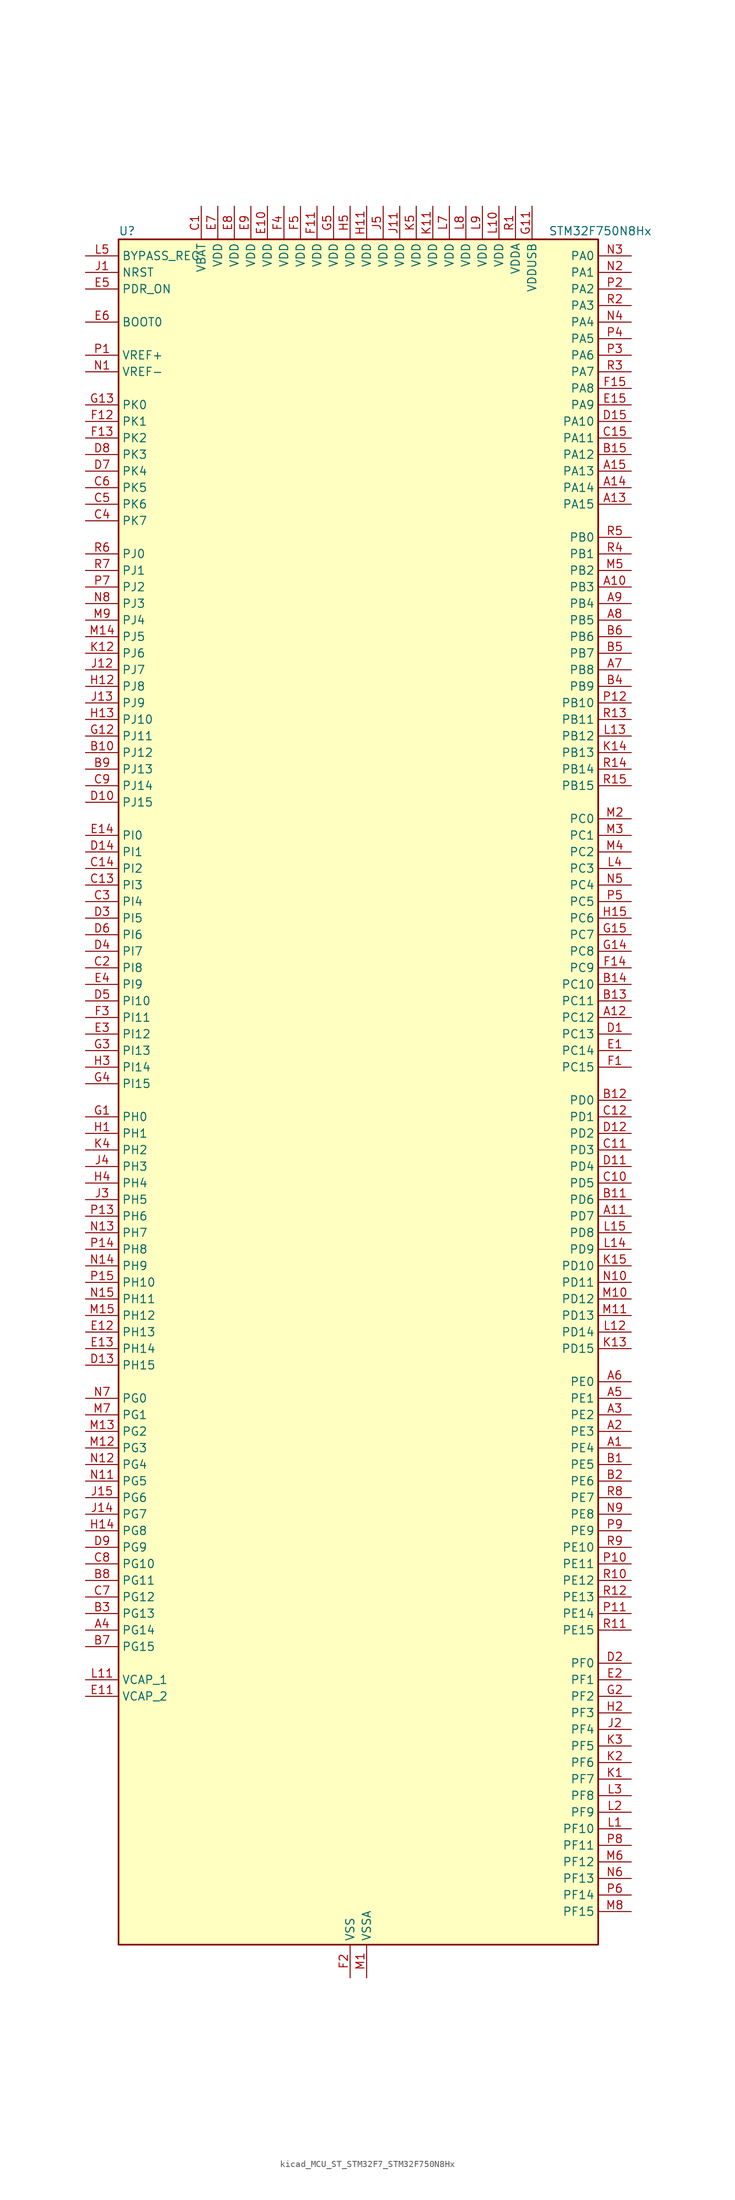
<source format=kicad_sym>
(kicad_symbol_lib
  (version 20220914)
  (generator kicad_symbol_editor)
  (symbol "kicad_MCU_ST_STM32F7_STM32F750N8Hx"
    (property "Reference" "U"
      (at -35.56 133.35 0)
      (effects (font (size 1.27 1.27)) (justify left)))
    (property "Value" "STM32F750N8Hx"
      (at 30.48 133.35 0)
      (effects (font (size 1.27 1.27)) (justify left)))
    (property "ki_locked" ""
      (at 0 0 0)
      (effects (font (size 1.27 1.27))))
    (symbol "kicad_MCU_ST_STM32F7_STM32F750N8Hx_0_1"
      (rectangle (start -35.56 -129.54) (end 38.1 132.08) (stroke (width 0.254) (type default)) (fill (type background))))
    (symbol "kicad_MCU_ST_STM32F7_STM32F750N8Hx_1_1"
      (pin bidirectional line (at 43.18 -53.34 180) (length 5.08) (name "PE4" (effects (font (size 1.27 1.27)))) (number "A1" (effects (font (size 1.27 1.27)))) (alternate "DCMI_D4" bidirectional line) (alternate "FMC_A20" bidirectional line) (alternate "LTDC_B0" bidirectional line) (alternate "SAI1_FS_A" bidirectional line) (alternate "SPI4_NSS" bidirectional line) (alternate "SYS_TRACED1" bidirectional line))
      (pin bidirectional line (at 43.18 78.74 180) (length 5.08) (name "PB3" (effects (font (size 1.27 1.27)))) (number "A10" (effects (font (size 1.27 1.27)))) (alternate "I2S1_CK" bidirectional line) (alternate "I2S3_CK" bidirectional line) (alternate "SPI1_SCK" bidirectional line) (alternate "SPI3_SCK" bidirectional line) (alternate "SYS_JTDO-SWO" bidirectional line) (alternate "TIM2_CH2" bidirectional line))
      (pin bidirectional line (at 43.18 -17.78 180) (length 5.08) (name "PD7" (effects (font (size 1.27 1.27)))) (number "A11" (effects (font (size 1.27 1.27)))) (alternate "FMC_NE1" bidirectional line) (alternate "SPDIFRX_IN0" bidirectional line) (alternate "USART2_CK" bidirectional line))
      (pin bidirectional line (at 43.18 12.7 180) (length 5.08) (name "PC12" (effects (font (size 1.27 1.27)))) (number "A12" (effects (font (size 1.27 1.27)))) (alternate "DCMI_D9" bidirectional line) (alternate "I2S3_SD" bidirectional line) (alternate "SDMMC1_CK" bidirectional line) (alternate "SPI3_MOSI" bidirectional line) (alternate "SYS_TRACED3" bidirectional line) (alternate "UART5_TX" bidirectional line) (alternate "USART3_CK" bidirectional line))
      (pin bidirectional line (at 43.18 91.44 180) (length 5.08) (name "PA15" (effects (font (size 1.27 1.27)))) (number "A13" (effects (font (size 1.27 1.27)))) (alternate "CEC" bidirectional line) (alternate "I2S1_WS" bidirectional line) (alternate "I2S3_WS" bidirectional line) (alternate "SPI1_NSS" bidirectional line) (alternate "SPI3_NSS" bidirectional line) (alternate "SYS_JTDI" bidirectional line) (alternate "TIM2_CH1" bidirectional line) (alternate "TIM2_ETR" bidirectional line) (alternate "UART4_DE" bidirectional line) (alternate "UART4_RTS" bidirectional line))
      (pin bidirectional line (at 43.18 93.98 180) (length 5.08) (name "PA14" (effects (font (size 1.27 1.27)))) (number "A14" (effects (font (size 1.27 1.27)))) (alternate "SYS_JTCK-SWCLK" bidirectional line))
      (pin bidirectional line (at 43.18 96.52 180) (length 5.08) (name "PA13" (effects (font (size 1.27 1.27)))) (number "A15" (effects (font (size 1.27 1.27)))) (alternate "SYS_JTMS-SWDIO" bidirectional line))
      (pin bidirectional line (at 43.18 -50.8 180) (length 5.08) (name "PE3" (effects (font (size 1.27 1.27)))) (number "A2" (effects (font (size 1.27 1.27)))) (alternate "FMC_A19" bidirectional line) (alternate "SAI1_SD_B" bidirectional line) (alternate "SYS_TRACED0" bidirectional line))
      (pin bidirectional line (at 43.18 -48.26 180) (length 5.08) (name "PE2" (effects (font (size 1.27 1.27)))) (number "A3" (effects (font (size 1.27 1.27)))) (alternate "ETH_TXD3" bidirectional line) (alternate "FMC_A23" bidirectional line) (alternate "QUADSPI_BK1_IO2" bidirectional line) (alternate "SAI1_MCLK_A" bidirectional line) (alternate "SPI4_SCK" bidirectional line) (alternate "SYS_TRACECLK" bidirectional line))
      (pin bidirectional line (at -40.64 -81.28 0) (length 5.08) (name "PG14" (effects (font (size 1.27 1.27)))) (number "A4" (effects (font (size 1.27 1.27)))) (alternate "ETH_TXD1" bidirectional line) (alternate "FMC_A25" bidirectional line) (alternate "LPTIM1_ETR" bidirectional line) (alternate "LTDC_B0" bidirectional line) (alternate "QUADSPI_BK2_IO3" bidirectional line) (alternate "SPI6_MOSI" bidirectional line) (alternate "SYS_TRACED1" bidirectional line) (alternate "USART6_TX" bidirectional line))
      (pin bidirectional line (at 43.18 -45.72 180) (length 5.08) (name "PE1" (effects (font (size 1.27 1.27)))) (number "A5" (effects (font (size 1.27 1.27)))) (alternate "DCMI_D3" bidirectional line) (alternate "FMC_NBL1" bidirectional line) (alternate "LPTIM1_IN2" bidirectional line) (alternate "UART8_TX" bidirectional line))
      (pin bidirectional line (at 43.18 -43.18 180) (length 5.08) (name "PE0" (effects (font (size 1.27 1.27)))) (number "A6" (effects (font (size 1.27 1.27)))) (alternate "DCMI_D2" bidirectional line) (alternate "FMC_NBL0" bidirectional line) (alternate "LPTIM1_ETR" bidirectional line) (alternate "SAI2_MCLK_A" bidirectional line) (alternate "TIM4_ETR" bidirectional line) (alternate "UART8_RX" bidirectional line))
      (pin bidirectional line (at 43.18 66.04 180) (length 5.08) (name "PB8" (effects (font (size 1.27 1.27)))) (number "A7" (effects (font (size 1.27 1.27)))) (alternate "CAN1_RX" bidirectional line) (alternate "DCMI_D6" bidirectional line) (alternate "ETH_TXD3" bidirectional line) (alternate "I2C1_SCL" bidirectional line) (alternate "LTDC_B6" bidirectional line) (alternate "SDMMC1_D4" bidirectional line) (alternate "TIM10_CH1" bidirectional line) (alternate "TIM4_CH3" bidirectional line))
      (pin bidirectional line (at 43.18 73.66 180) (length 5.08) (name "PB5" (effects (font (size 1.27 1.27)))) (number "A8" (effects (font (size 1.27 1.27)))) (alternate "CAN2_RX" bidirectional line) (alternate "DCMI_D10" bidirectional line) (alternate "ETH_PPS_OUT" bidirectional line) (alternate "FMC_SDCKE1" bidirectional line) (alternate "I2C1_SMBA" bidirectional line) (alternate "I2S1_SD" bidirectional line) (alternate "I2S3_SD" bidirectional line) (alternate "SPI1_MOSI" bidirectional line) (alternate "SPI3_MOSI" bidirectional line) (alternate "TIM3_CH2" bidirectional line) (alternate "USB_OTG_HS_ULPI_D7" bidirectional line))
      (pin bidirectional line (at 43.18 76.2 180) (length 5.08) (name "PB4" (effects (font (size 1.27 1.27)))) (number "A9" (effects (font (size 1.27 1.27)))) (alternate "I2S2_WS" bidirectional line) (alternate "SPI1_MISO" bidirectional line) (alternate "SPI2_NSS" bidirectional line) (alternate "SPI3_MISO" bidirectional line) (alternate "SYS_JTRST" bidirectional line) (alternate "TIM3_CH1" bidirectional line))
      (pin bidirectional line (at 43.18 -55.88 180) (length 5.08) (name "PE5" (effects (font (size 1.27 1.27)))) (number "B1" (effects (font (size 1.27 1.27)))) (alternate "DCMI_D6" bidirectional line) (alternate "FMC_A21" bidirectional line) (alternate "LTDC_G0" bidirectional line) (alternate "SAI1_SCK_A" bidirectional line) (alternate "SPI4_MISO" bidirectional line) (alternate "SYS_TRACED2" bidirectional line) (alternate "TIM9_CH1" bidirectional line))
      (pin bidirectional line (at -40.64 53.34 0) (length 5.08) (name "PJ12" (effects (font (size 1.27 1.27)))) (number "B10" (effects (font (size 1.27 1.27)))) (alternate "LTDC_B0" bidirectional line))
      (pin bidirectional line (at 43.18 -15.24 180) (length 5.08) (name "PD6" (effects (font (size 1.27 1.27)))) (number "B11" (effects (font (size 1.27 1.27)))) (alternate "DCMI_D10" bidirectional line) (alternate "FMC_NWAIT" bidirectional line) (alternate "I2S3_SD" bidirectional line) (alternate "LTDC_B2" bidirectional line) (alternate "SAI1_SD_A" bidirectional line) (alternate "SPI3_MOSI" bidirectional line) (alternate "USART2_RX" bidirectional line))
      (pin bidirectional line (at 43.18 0 180) (length 5.08) (name "PD0" (effects (font (size 1.27 1.27)))) (number "B12" (effects (font (size 1.27 1.27)))) (alternate "CAN1_RX" bidirectional line) (alternate "FMC_D2" bidirectional line) (alternate "FMC_DA2" bidirectional line))
      (pin bidirectional line (at 43.18 15.24 180) (length 5.08) (name "PC11" (effects (font (size 1.27 1.27)))) (number "B13" (effects (font (size 1.27 1.27)))) (alternate "ADC1_EXTI11" bidirectional line) (alternate "ADC2_EXTI11" bidirectional line) (alternate "ADC3_EXTI11" bidirectional line) (alternate "DCMI_D4" bidirectional line) (alternate "QUADSPI_BK2_NCS" bidirectional line) (alternate "SDMMC1_D3" bidirectional line) (alternate "SPI3_MISO" bidirectional line) (alternate "UART4_RX" bidirectional line) (alternate "USART3_RX" bidirectional line))
      (pin bidirectional line (at 43.18 17.78 180) (length 5.08) (name "PC10" (effects (font (size 1.27 1.27)))) (number "B14" (effects (font (size 1.27 1.27)))) (alternate "DCMI_D8" bidirectional line) (alternate "I2S3_CK" bidirectional line) (alternate "LTDC_R2" bidirectional line) (alternate "QUADSPI_BK1_IO1" bidirectional line) (alternate "SDMMC1_D2" bidirectional line) (alternate "SPI3_SCK" bidirectional line) (alternate "UART4_TX" bidirectional line) (alternate "USART3_TX" bidirectional line))
      (pin bidirectional line (at 43.18 99.06 180) (length 5.08) (name "PA12" (effects (font (size 1.27 1.27)))) (number "B15" (effects (font (size 1.27 1.27)))) (alternate "CAN1_TX" bidirectional line) (alternate "LTDC_R5" bidirectional line) (alternate "SAI2_FS_B" bidirectional line) (alternate "TIM1_ETR" bidirectional line) (alternate "USART1_DE" bidirectional line) (alternate "USART1_RTS" bidirectional line) (alternate "USB_OTG_FS_DP" bidirectional line))
      (pin bidirectional line (at 43.18 -58.42 180) (length 5.08) (name "PE6" (effects (font (size 1.27 1.27)))) (number "B2" (effects (font (size 1.27 1.27)))) (alternate "DCMI_D7" bidirectional line) (alternate "FMC_A22" bidirectional line) (alternate "LTDC_G1" bidirectional line) (alternate "SAI1_SD_A" bidirectional line) (alternate "SAI2_MCLK_B" bidirectional line) (alternate "SPI4_MOSI" bidirectional line) (alternate "SYS_TRACED3" bidirectional line) (alternate "TIM1_BKIN2" bidirectional line) (alternate "TIM9_CH2" bidirectional line))
      (pin bidirectional line (at -40.64 -78.74 0) (length 5.08) (name "PG13" (effects (font (size 1.27 1.27)))) (number "B3" (effects (font (size 1.27 1.27)))) (alternate "ETH_TXD0" bidirectional line) (alternate "FMC_A24" bidirectional line) (alternate "LPTIM1_OUT" bidirectional line) (alternate "LTDC_R0" bidirectional line) (alternate "SPI6_SCK" bidirectional line) (alternate "SYS_TRACED0" bidirectional line) (alternate "USART6_CTS" bidirectional line))
      (pin bidirectional line (at 43.18 63.5 180) (length 5.08) (name "PB9" (effects (font (size 1.27 1.27)))) (number "B4" (effects (font (size 1.27 1.27)))) (alternate "CAN1_TX" bidirectional line) (alternate "DAC_EXTI9" bidirectional line) (alternate "DCMI_D7" bidirectional line) (alternate "I2C1_SDA" bidirectional line) (alternate "I2S2_WS" bidirectional line) (alternate "LTDC_B7" bidirectional line) (alternate "SDMMC1_D5" bidirectional line) (alternate "SPI2_NSS" bidirectional line) (alternate "TIM11_CH1" bidirectional line) (alternate "TIM4_CH4" bidirectional line))
      (pin bidirectional line (at 43.18 68.58 180) (length 5.08) (name "PB7" (effects (font (size 1.27 1.27)))) (number "B5" (effects (font (size 1.27 1.27)))) (alternate "DCMI_VSYNC" bidirectional line) (alternate "FMC_NL" bidirectional line) (alternate "I2C1_SDA" bidirectional line) (alternate "TIM4_CH2" bidirectional line) (alternate "USART1_RX" bidirectional line))
      (pin bidirectional line (at 43.18 71.12 180) (length 5.08) (name "PB6" (effects (font (size 1.27 1.27)))) (number "B6" (effects (font (size 1.27 1.27)))) (alternate "CAN2_TX" bidirectional line) (alternate "CEC" bidirectional line) (alternate "DCMI_D5" bidirectional line) (alternate "FMC_SDNE1" bidirectional line) (alternate "I2C1_SCL" bidirectional line) (alternate "QUADSPI_BK1_NCS" bidirectional line) (alternate "TIM4_CH1" bidirectional line) (alternate "USART1_TX" bidirectional line))
      (pin bidirectional line (at -40.64 -83.82 0) (length 5.08) (name "PG15" (effects (font (size 1.27 1.27)))) (number "B7" (effects (font (size 1.27 1.27)))) (alternate "DCMI_D13" bidirectional line) (alternate "FMC_SDNCAS" bidirectional line) (alternate "USART6_CTS" bidirectional line))
      (pin bidirectional line (at -40.64 -73.66 0) (length 5.08) (name "PG11" (effects (font (size 1.27 1.27)))) (number "B8" (effects (font (size 1.27 1.27)))) (alternate "ADC1_EXTI11" bidirectional line) (alternate "ADC2_EXTI11" bidirectional line) (alternate "ADC3_EXTI11" bidirectional line) (alternate "DCMI_D3" bidirectional line) (alternate "ETH_TX_EN" bidirectional line) (alternate "LTDC_B3" bidirectional line) (alternate "SPDIFRX_IN0" bidirectional line))
      (pin bidirectional line (at -40.64 50.8 0) (length 5.08) (name "PJ13" (effects (font (size 1.27 1.27)))) (number "B9" (effects (font (size 1.27 1.27)))) (alternate "LTDC_B1" bidirectional line))
      (pin power_in line (at -22.86 137.16 270) (length 5.08) (name "VBAT" (effects (font (size 1.27 1.27)))) (number "C1" (effects (font (size 1.27 1.27)))))
      (pin bidirectional line (at 43.18 -12.7 180) (length 5.08) (name "PD5" (effects (font (size 1.27 1.27)))) (number "C10" (effects (font (size 1.27 1.27)))) (alternate "FMC_NWE" bidirectional line) (alternate "USART2_TX" bidirectional line))
      (pin bidirectional line (at 43.18 -7.62 180) (length 5.08) (name "PD3" (effects (font (size 1.27 1.27)))) (number "C11" (effects (font (size 1.27 1.27)))) (alternate "DCMI_D5" bidirectional line) (alternate "FMC_CLK" bidirectional line) (alternate "I2S2_CK" bidirectional line) (alternate "LTDC_G7" bidirectional line) (alternate "SPI2_SCK" bidirectional line) (alternate "USART2_CTS" bidirectional line))
      (pin bidirectional line (at 43.18 -2.54 180) (length 5.08) (name "PD1" (effects (font (size 1.27 1.27)))) (number "C12" (effects (font (size 1.27 1.27)))) (alternate "CAN1_TX" bidirectional line) (alternate "FMC_D3" bidirectional line) (alternate "FMC_DA3" bidirectional line))
      (pin bidirectional line (at -40.64 33.02 0) (length 5.08) (name "PI3" (effects (font (size 1.27 1.27)))) (number "C13" (effects (font (size 1.27 1.27)))) (alternate "DCMI_D10" bidirectional line) (alternate "FMC_D27" bidirectional line) (alternate "I2S2_SD" bidirectional line) (alternate "SPI2_MOSI" bidirectional line) (alternate "TIM8_ETR" bidirectional line))
      (pin bidirectional line (at -40.64 35.56 0) (length 5.08) (name "PI2" (effects (font (size 1.27 1.27)))) (number "C14" (effects (font (size 1.27 1.27)))) (alternate "DCMI_D9" bidirectional line) (alternate "FMC_D26" bidirectional line) (alternate "LTDC_G7" bidirectional line) (alternate "SPI2_MISO" bidirectional line) (alternate "TIM8_CH4" bidirectional line))
      (pin bidirectional line (at 43.18 101.6 180) (length 5.08) (name "PA11" (effects (font (size 1.27 1.27)))) (number "C15" (effects (font (size 1.27 1.27)))) (alternate "ADC1_EXTI11" bidirectional line) (alternate "ADC2_EXTI11" bidirectional line) (alternate "ADC3_EXTI11" bidirectional line) (alternate "CAN1_RX" bidirectional line) (alternate "LTDC_R4" bidirectional line) (alternate "TIM1_CH4" bidirectional line) (alternate "USART1_CTS" bidirectional line) (alternate "USB_OTG_FS_DM" bidirectional line))
      (pin bidirectional line (at -40.64 20.32 0) (length 5.08) (name "PI8" (effects (font (size 1.27 1.27)))) (number "C2" (effects (font (size 1.27 1.27)))) (alternate "RTC_TAMP2" bidirectional line) (alternate "RTC_TS" bidirectional line) (alternate "SYS_WKUP5" bidirectional line))
      (pin bidirectional line (at -40.64 30.48 0) (length 5.08) (name "PI4" (effects (font (size 1.27 1.27)))) (number "C3" (effects (font (size 1.27 1.27)))) (alternate "DCMI_D5" bidirectional line) (alternate "FMC_NBL2" bidirectional line) (alternate "LTDC_B4" bidirectional line) (alternate "SAI2_MCLK_A" bidirectional line) (alternate "TIM8_BKIN" bidirectional line))
      (pin bidirectional line (at -40.64 88.9 0) (length 5.08) (name "PK7" (effects (font (size 1.27 1.27)))) (number "C4" (effects (font (size 1.27 1.27)))) (alternate "LTDC_DE" bidirectional line))
      (pin bidirectional line (at -40.64 91.44 0) (length 5.08) (name "PK6" (effects (font (size 1.27 1.27)))) (number "C5" (effects (font (size 1.27 1.27)))) (alternate "LTDC_B7" bidirectional line))
      (pin bidirectional line (at -40.64 93.98 0) (length 5.08) (name "PK5" (effects (font (size 1.27 1.27)))) (number "C6" (effects (font (size 1.27 1.27)))) (alternate "LTDC_B6" bidirectional line))
      (pin bidirectional line (at -40.64 -76.2 0) (length 5.08) (name "PG12" (effects (font (size 1.27 1.27)))) (number "C7" (effects (font (size 1.27 1.27)))) (alternate "FMC_NE4" bidirectional line) (alternate "LPTIM1_IN1" bidirectional line) (alternate "LTDC_B1" bidirectional line) (alternate "LTDC_B4" bidirectional line) (alternate "SPDIFRX_IN1" bidirectional line) (alternate "SPI6_MISO" bidirectional line) (alternate "USART6_DE" bidirectional line) (alternate "USART6_RTS" bidirectional line))
      (pin bidirectional line (at -40.64 -71.12 0) (length 5.08) (name "PG10" (effects (font (size 1.27 1.27)))) (number "C8" (effects (font (size 1.27 1.27)))) (alternate "DCMI_D2" bidirectional line) (alternate "FMC_NE3" bidirectional line) (alternate "LTDC_B2" bidirectional line) (alternate "LTDC_G3" bidirectional line) (alternate "SAI2_SD_B" bidirectional line))
      (pin bidirectional line (at -40.64 48.26 0) (length 5.08) (name "PJ14" (effects (font (size 1.27 1.27)))) (number "C9" (effects (font (size 1.27 1.27)))) (alternate "LTDC_B2" bidirectional line))
      (pin bidirectional line (at 43.18 10.16 180) (length 5.08) (name "PC13" (effects (font (size 1.27 1.27)))) (number "D1" (effects (font (size 1.27 1.27)))) (alternate "RTC_OUT" bidirectional line) (alternate "RTC_TAMP1" bidirectional line) (alternate "RTC_TS" bidirectional line) (alternate "SYS_WKUP4" bidirectional line))
      (pin bidirectional line (at -40.64 45.72 0) (length 5.08) (name "PJ15" (effects (font (size 1.27 1.27)))) (number "D10" (effects (font (size 1.27 1.27)))) (alternate "LTDC_B3" bidirectional line))
      (pin bidirectional line (at 43.18 -10.16 180) (length 5.08) (name "PD4" (effects (font (size 1.27 1.27)))) (number "D11" (effects (font (size 1.27 1.27)))) (alternate "FMC_NOE" bidirectional line) (alternate "USART2_DE" bidirectional line) (alternate "USART2_RTS" bidirectional line))
      (pin bidirectional line (at 43.18 -5.08 180) (length 5.08) (name "PD2" (effects (font (size 1.27 1.27)))) (number "D12" (effects (font (size 1.27 1.27)))) (alternate "DCMI_D11" bidirectional line) (alternate "SDMMC1_CMD" bidirectional line) (alternate "SYS_TRACED2" bidirectional line) (alternate "TIM3_ETR" bidirectional line) (alternate "UART5_RX" bidirectional line))
      (pin bidirectional line (at -40.64 -40.64 0) (length 5.08) (name "PH15" (effects (font (size 1.27 1.27)))) (number "D13" (effects (font (size 1.27 1.27)))) (alternate "DCMI_D11" bidirectional line) (alternate "FMC_D23" bidirectional line) (alternate "LTDC_G4" bidirectional line) (alternate "TIM8_CH3N" bidirectional line))
      (pin bidirectional line (at -40.64 38.1 0) (length 5.08) (name "PI1" (effects (font (size 1.27 1.27)))) (number "D14" (effects (font (size 1.27 1.27)))) (alternate "DCMI_D8" bidirectional line) (alternate "FMC_D25" bidirectional line) (alternate "I2S2_CK" bidirectional line) (alternate "LTDC_G6" bidirectional line) (alternate "SPI2_SCK" bidirectional line) (alternate "TIM8_BKIN2" bidirectional line))
      (pin bidirectional line (at 43.18 104.14 180) (length 5.08) (name "PA10" (effects (font (size 1.27 1.27)))) (number "D15" (effects (font (size 1.27 1.27)))) (alternate "DCMI_D1" bidirectional line) (alternate "TIM1_CH3" bidirectional line) (alternate "USART1_RX" bidirectional line) (alternate "USB_OTG_FS_ID" bidirectional line))
      (pin bidirectional line (at 43.18 -86.36 180) (length 5.08) (name "PF0" (effects (font (size 1.27 1.27)))) (number "D2" (effects (font (size 1.27 1.27)))) (alternate "FMC_A0" bidirectional line) (alternate "I2C2_SDA" bidirectional line))
      (pin bidirectional line (at -40.64 27.94 0) (length 5.08) (name "PI5" (effects (font (size 1.27 1.27)))) (number "D3" (effects (font (size 1.27 1.27)))) (alternate "DCMI_VSYNC" bidirectional line) (alternate "FMC_NBL3" bidirectional line) (alternate "LTDC_B5" bidirectional line) (alternate "SAI2_SCK_A" bidirectional line) (alternate "TIM8_CH1" bidirectional line))
      (pin bidirectional line (at -40.64 22.86 0) (length 5.08) (name "PI7" (effects (font (size 1.27 1.27)))) (number "D4" (effects (font (size 1.27 1.27)))) (alternate "DCMI_D7" bidirectional line) (alternate "FMC_D29" bidirectional line) (alternate "LTDC_B7" bidirectional line) (alternate "SAI2_FS_A" bidirectional line) (alternate "TIM8_CH3" bidirectional line))
      (pin bidirectional line (at -40.64 15.24 0) (length 5.08) (name "PI10" (effects (font (size 1.27 1.27)))) (number "D5" (effects (font (size 1.27 1.27)))) (alternate "ETH_RX_ER" bidirectional line) (alternate "FMC_D31" bidirectional line) (alternate "LTDC_HSYNC" bidirectional line))
      (pin bidirectional line (at -40.64 25.4 0) (length 5.08) (name "PI6" (effects (font (size 1.27 1.27)))) (number "D6" (effects (font (size 1.27 1.27)))) (alternate "DCMI_D6" bidirectional line) (alternate "FMC_D28" bidirectional line) (alternate "LTDC_B6" bidirectional line) (alternate "SAI2_SD_A" bidirectional line) (alternate "TIM8_CH2" bidirectional line))
      (pin bidirectional line (at -40.64 96.52 0) (length 5.08) (name "PK4" (effects (font (size 1.27 1.27)))) (number "D7" (effects (font (size 1.27 1.27)))) (alternate "LTDC_B5" bidirectional line))
      (pin bidirectional line (at -40.64 99.06 0) (length 5.08) (name "PK3" (effects (font (size 1.27 1.27)))) (number "D8" (effects (font (size 1.27 1.27)))) (alternate "LTDC_B4" bidirectional line))
      (pin bidirectional line (at -40.64 -68.58 0) (length 5.08) (name "PG9" (effects (font (size 1.27 1.27)))) (number "D9" (effects (font (size 1.27 1.27)))) (alternate "DAC_EXTI9" bidirectional line) (alternate "DCMI_VSYNC" bidirectional line) (alternate "FMC_NCE" bidirectional line) (alternate "FMC_NE2" bidirectional line) (alternate "QUADSPI_BK2_IO2" bidirectional line) (alternate "SAI2_FS_B" bidirectional line) (alternate "SPDIFRX_IN3" bidirectional line) (alternate "USART6_RX" bidirectional line))
      (pin bidirectional line (at 43.18 7.62 180) (length 5.08) (name "PC14" (effects (font (size 1.27 1.27)))) (number "E1" (effects (font (size 1.27 1.27)))) (alternate "RCC_OSC32_IN" bidirectional line))
      (pin power_in line (at -12.7 137.16 270) (length 5.08) (name "VDD" (effects (font (size 1.27 1.27)))) (number "E10" (effects (font (size 1.27 1.27)))))
      (pin power_out line (at -40.64 -91.44 0) (length 5.08) (name "VCAP_2" (effects (font (size 1.27 1.27)))) (number "E11" (effects (font (size 1.27 1.27)))))
      (pin bidirectional line (at -40.64 -35.56 0) (length 5.08) (name "PH13" (effects (font (size 1.27 1.27)))) (number "E12" (effects (font (size 1.27 1.27)))) (alternate "CAN1_TX" bidirectional line) (alternate "FMC_D21" bidirectional line) (alternate "LTDC_G2" bidirectional line) (alternate "TIM8_CH1N" bidirectional line))
      (pin bidirectional line (at -40.64 -38.1 0) (length 5.08) (name "PH14" (effects (font (size 1.27 1.27)))) (number "E13" (effects (font (size 1.27 1.27)))) (alternate "DCMI_D4" bidirectional line) (alternate "FMC_D22" bidirectional line) (alternate "LTDC_G3" bidirectional line) (alternate "TIM8_CH2N" bidirectional line))
      (pin bidirectional line (at -40.64 40.64 0) (length 5.08) (name "PI0" (effects (font (size 1.27 1.27)))) (number "E14" (effects (font (size 1.27 1.27)))) (alternate "DCMI_D13" bidirectional line) (alternate "FMC_D24" bidirectional line) (alternate "I2S2_WS" bidirectional line) (alternate "LTDC_G5" bidirectional line) (alternate "SPI2_NSS" bidirectional line) (alternate "TIM5_CH4" bidirectional line))
      (pin bidirectional line (at 43.18 106.68 180) (length 5.08) (name "PA9" (effects (font (size 1.27 1.27)))) (number "E15" (effects (font (size 1.27 1.27)))) (alternate "DAC_EXTI9" bidirectional line) (alternate "DCMI_D0" bidirectional line) (alternate "I2C3_SMBA" bidirectional line) (alternate "I2S2_CK" bidirectional line) (alternate "SPI2_SCK" bidirectional line) (alternate "TIM1_CH2" bidirectional line) (alternate "USART1_TX" bidirectional line) (alternate "USB_OTG_FS_VBUS" bidirectional line))
      (pin bidirectional line (at 43.18 -88.9 180) (length 5.08) (name "PF1" (effects (font (size 1.27 1.27)))) (number "E2" (effects (font (size 1.27 1.27)))) (alternate "FMC_A1" bidirectional line) (alternate "I2C2_SCL" bidirectional line))
      (pin bidirectional line (at -40.64 10.16 0) (length 5.08) (name "PI12" (effects (font (size 1.27 1.27)))) (number "E3" (effects (font (size 1.27 1.27)))) (alternate "LTDC_HSYNC" bidirectional line))
      (pin bidirectional line (at -40.64 17.78 0) (length 5.08) (name "PI9" (effects (font (size 1.27 1.27)))) (number "E4" (effects (font (size 1.27 1.27)))) (alternate "CAN1_RX" bidirectional line) (alternate "DAC_EXTI9" bidirectional line) (alternate "FMC_D30" bidirectional line) (alternate "LTDC_VSYNC" bidirectional line))
      (pin input line (at -40.64 124.46 0) (length 5.08) (name "PDR_ON" (effects (font (size 1.27 1.27)))) (number "E5" (effects (font (size 1.27 1.27)))))
      (pin input line (at -40.64 119.38 0) (length 5.08) (name "BOOT0" (effects (font (size 1.27 1.27)))) (number "E6" (effects (font (size 1.27 1.27)))))
      (pin power_in line (at -20.32 137.16 270) (length 5.08) (name "VDD" (effects (font (size 1.27 1.27)))) (number "E7" (effects (font (size 1.27 1.27)))))
      (pin power_in line (at -17.78 137.16 270) (length 5.08) (name "VDD" (effects (font (size 1.27 1.27)))) (number "E8" (effects (font (size 1.27 1.27)))))
      (pin power_in line (at -15.24 137.16 270) (length 5.08) (name "VDD" (effects (font (size 1.27 1.27)))) (number "E9" (effects (font (size 1.27 1.27)))))
      (pin bidirectional line (at 43.18 5.08 180) (length 5.08) (name "PC15" (effects (font (size 1.27 1.27)))) (number "F1" (effects (font (size 1.27 1.27)))) (alternate "RCC_OSC32_OUT" bidirectional line))
      (pin passive line (at 0 -134.62 90) (length 5.08) hide (name "VSS" (effects (font (size 1.27 1.27)))) (number "F10" (effects (font (size 1.27 1.27)))))
      (pin power_in line (at -5.08 137.16 270) (length 5.08) (name "VDD" (effects (font (size 1.27 1.27)))) (number "F11" (effects (font (size 1.27 1.27)))))
      (pin bidirectional line (at -40.64 104.14 0) (length 5.08) (name "PK1" (effects (font (size 1.27 1.27)))) (number "F12" (effects (font (size 1.27 1.27)))) (alternate "LTDC_G6" bidirectional line))
      (pin bidirectional line (at -40.64 101.6 0) (length 5.08) (name "PK2" (effects (font (size 1.27 1.27)))) (number "F13" (effects (font (size 1.27 1.27)))) (alternate "LTDC_G7" bidirectional line))
      (pin bidirectional line (at 43.18 20.32 180) (length 5.08) (name "PC9" (effects (font (size 1.27 1.27)))) (number "F14" (effects (font (size 1.27 1.27)))) (alternate "DAC_EXTI9" bidirectional line) (alternate "DCMI_D3" bidirectional line) (alternate "I2C3_SDA" bidirectional line) (alternate "I2S_CKIN" bidirectional line) (alternate "QUADSPI_BK1_IO0" bidirectional line) (alternate "RCC_MCO_2" bidirectional line) (alternate "SDMMC1_D1" bidirectional line) (alternate "TIM3_CH4" bidirectional line) (alternate "TIM8_CH4" bidirectional line) (alternate "UART5_CTS" bidirectional line))
      (pin bidirectional line (at 43.18 109.22 180) (length 5.08) (name "PA8" (effects (font (size 1.27 1.27)))) (number "F15" (effects (font (size 1.27 1.27)))) (alternate "I2C3_SCL" bidirectional line) (alternate "LTDC_R6" bidirectional line) (alternate "RCC_MCO_1" bidirectional line) (alternate "TIM1_CH1" bidirectional line) (alternate "TIM8_BKIN2" bidirectional line) (alternate "USART1_CK" bidirectional line) (alternate "USB_OTG_FS_SOF" bidirectional line))
      (pin power_in line (at 0 -134.62 90) (length 5.08) (name "VSS" (effects (font (size 1.27 1.27)))) (number "F2" (effects (font (size 1.27 1.27)))))
      (pin bidirectional line (at -40.64 12.7 0) (length 5.08) (name "PI11" (effects (font (size 1.27 1.27)))) (number "F3" (effects (font (size 1.27 1.27)))) (alternate "ADC1_EXTI11" bidirectional line) (alternate "ADC2_EXTI11" bidirectional line) (alternate "ADC3_EXTI11" bidirectional line) (alternate "SYS_WKUP6" bidirectional line) (alternate "USB_OTG_HS_ULPI_DIR" bidirectional line))
      (pin power_in line (at -10.16 137.16 270) (length 5.08) (name "VDD" (effects (font (size 1.27 1.27)))) (number "F4" (effects (font (size 1.27 1.27)))))
      (pin power_in line (at -7.62 137.16 270) (length 5.08) (name "VDD" (effects (font (size 1.27 1.27)))) (number "F5" (effects (font (size 1.27 1.27)))))
      (pin passive line (at 0 -134.62 90) (length 5.08) hide (name "VSS" (effects (font (size 1.27 1.27)))) (number "F6" (effects (font (size 1.27 1.27)))))
      (pin passive line (at 0 -134.62 90) (length 5.08) hide (name "VSS" (effects (font (size 1.27 1.27)))) (number "F7" (effects (font (size 1.27 1.27)))))
      (pin passive line (at 0 -134.62 90) (length 5.08) hide (name "VSS" (effects (font (size 1.27 1.27)))) (number "F8" (effects (font (size 1.27 1.27)))))
      (pin passive line (at 0 -134.62 90) (length 5.08) hide (name "VSS" (effects (font (size 1.27 1.27)))) (number "F9" (effects (font (size 1.27 1.27)))))
      (pin bidirectional line (at -40.64 -2.54 0) (length 5.08) (name "PH0" (effects (font (size 1.27 1.27)))) (number "G1" (effects (font (size 1.27 1.27)))) (alternate "RCC_OSC_IN" bidirectional line))
      (pin passive line (at 0 -134.62 90) (length 5.08) hide (name "VSS" (effects (font (size 1.27 1.27)))) (number "G10" (effects (font (size 1.27 1.27)))))
      (pin power_in line (at 27.94 137.16 270) (length 5.08) (name "VDDUSB" (effects (font (size 1.27 1.27)))) (number "G11" (effects (font (size 1.27 1.27)))))
      (pin bidirectional line (at -40.64 55.88 0) (length 5.08) (name "PJ11" (effects (font (size 1.27 1.27)))) (number "G12" (effects (font (size 1.27 1.27)))) (alternate "ADC1_EXTI11" bidirectional line) (alternate "ADC2_EXTI11" bidirectional line) (alternate "ADC3_EXTI11" bidirectional line) (alternate "LTDC_G4" bidirectional line))
      (pin bidirectional line (at -40.64 106.68 0) (length 5.08) (name "PK0" (effects (font (size 1.27 1.27)))) (number "G13" (effects (font (size 1.27 1.27)))) (alternate "LTDC_G5" bidirectional line))
      (pin bidirectional line (at 43.18 22.86 180) (length 5.08) (name "PC8" (effects (font (size 1.27 1.27)))) (number "G14" (effects (font (size 1.27 1.27)))) (alternate "DCMI_D2" bidirectional line) (alternate "SDMMC1_D0" bidirectional line) (alternate "SYS_TRACED1" bidirectional line) (alternate "TIM3_CH3" bidirectional line) (alternate "TIM8_CH3" bidirectional line) (alternate "UART5_DE" bidirectional line) (alternate "UART5_RTS" bidirectional line) (alternate "USART6_CK" bidirectional line))
      (pin bidirectional line (at 43.18 25.4 180) (length 5.08) (name "PC7" (effects (font (size 1.27 1.27)))) (number "G15" (effects (font (size 1.27 1.27)))) (alternate "DCMI_D1" bidirectional line) (alternate "I2S3_MCK" bidirectional line) (alternate "LTDC_G6" bidirectional line) (alternate "SDMMC1_D7" bidirectional line) (alternate "TIM3_CH2" bidirectional line) (alternate "TIM8_CH2" bidirectional line) (alternate "USART6_RX" bidirectional line))
      (pin bidirectional line (at 43.18 -91.44 180) (length 5.08) (name "PF2" (effects (font (size 1.27 1.27)))) (number "G2" (effects (font (size 1.27 1.27)))) (alternate "FMC_A2" bidirectional line) (alternate "I2C2_SMBA" bidirectional line))
      (pin bidirectional line (at -40.64 7.62 0) (length 5.08) (name "PI13" (effects (font (size 1.27 1.27)))) (number "G3" (effects (font (size 1.27 1.27)))) (alternate "LTDC_VSYNC" bidirectional line))
      (pin bidirectional line (at -40.64 2.54 0) (length 5.08) (name "PI15" (effects (font (size 1.27 1.27)))) (number "G4" (effects (font (size 1.27 1.27)))) (alternate "LTDC_R0" bidirectional line))
      (pin power_in line (at -2.54 137.16 270) (length 5.08) (name "VDD" (effects (font (size 1.27 1.27)))) (number "G5" (effects (font (size 1.27 1.27)))))
      (pin passive line (at 0 -134.62 90) (length 5.08) hide (name "VSS" (effects (font (size 1.27 1.27)))) (number "G6" (effects (font (size 1.27 1.27)))))
      (pin bidirectional line (at -40.64 -5.08 0) (length 5.08) (name "PH1" (effects (font (size 1.27 1.27)))) (number "H1" (effects (font (size 1.27 1.27)))) (alternate "RCC_OSC_OUT" bidirectional line))
      (pin passive line (at 0 -134.62 90) (length 5.08) hide (name "VSS" (effects (font (size 1.27 1.27)))) (number "H10" (effects (font (size 1.27 1.27)))))
      (pin power_in line (at 2.54 137.16 270) (length 5.08) (name "VDD" (effects (font (size 1.27 1.27)))) (number "H11" (effects (font (size 1.27 1.27)))))
      (pin bidirectional line (at -40.64 63.5 0) (length 5.08) (name "PJ8" (effects (font (size 1.27 1.27)))) (number "H12" (effects (font (size 1.27 1.27)))) (alternate "LTDC_G1" bidirectional line))
      (pin bidirectional line (at -40.64 58.42 0) (length 5.08) (name "PJ10" (effects (font (size 1.27 1.27)))) (number "H13" (effects (font (size 1.27 1.27)))) (alternate "LTDC_G3" bidirectional line))
      (pin bidirectional line (at -40.64 -66.04 0) (length 5.08) (name "PG8" (effects (font (size 1.27 1.27)))) (number "H14" (effects (font (size 1.27 1.27)))) (alternate "ETH_PPS_OUT" bidirectional line) (alternate "FMC_SDCLK" bidirectional line) (alternate "SPDIFRX_IN2" bidirectional line) (alternate "SPI6_NSS" bidirectional line) (alternate "USART6_DE" bidirectional line) (alternate "USART6_RTS" bidirectional line))
      (pin bidirectional line (at 43.18 27.94 180) (length 5.08) (name "PC6" (effects (font (size 1.27 1.27)))) (number "H15" (effects (font (size 1.27 1.27)))) (alternate "DCMI_D0" bidirectional line) (alternate "I2S2_MCK" bidirectional line) (alternate "LTDC_HSYNC" bidirectional line) (alternate "SDMMC1_D6" bidirectional line) (alternate "TIM3_CH1" bidirectional line) (alternate "TIM8_CH1" bidirectional line) (alternate "USART6_TX" bidirectional line))
      (pin bidirectional line (at 43.18 -93.98 180) (length 5.08) (name "PF3" (effects (font (size 1.27 1.27)))) (number "H2" (effects (font (size 1.27 1.27)))) (alternate "ADC3_IN9" bidirectional line) (alternate "FMC_A3" bidirectional line))
      (pin bidirectional line (at -40.64 5.08 0) (length 5.08) (name "PI14" (effects (font (size 1.27 1.27)))) (number "H3" (effects (font (size 1.27 1.27)))) (alternate "LTDC_CLK" bidirectional line))
      (pin bidirectional line (at -40.64 -12.7 0) (length 5.08) (name "PH4" (effects (font (size 1.27 1.27)))) (number "H4" (effects (font (size 1.27 1.27)))) (alternate "I2C2_SCL" bidirectional line) (alternate "USB_OTG_HS_ULPI_NXT" bidirectional line))
      (pin power_in line (at 0 137.16 270) (length 5.08) (name "VDD" (effects (font (size 1.27 1.27)))) (number "H5" (effects (font (size 1.27 1.27)))))
      (pin passive line (at 0 -134.62 90) (length 5.08) hide (name "VSS" (effects (font (size 1.27 1.27)))) (number "H6" (effects (font (size 1.27 1.27)))))
      (pin input line (at -40.64 127 0) (length 5.08) (name "NRST" (effects (font (size 1.27 1.27)))) (number "J1" (effects (font (size 1.27 1.27)))))
      (pin passive line (at 0 -134.62 90) (length 5.08) hide (name "VSS" (effects (font (size 1.27 1.27)))) (number "J10" (effects (font (size 1.27 1.27)))))
      (pin power_in line (at 7.62 137.16 270) (length 5.08) (name "VDD" (effects (font (size 1.27 1.27)))) (number "J11" (effects (font (size 1.27 1.27)))))
      (pin bidirectional line (at -40.64 66.04 0) (length 5.08) (name "PJ7" (effects (font (size 1.27 1.27)))) (number "J12" (effects (font (size 1.27 1.27)))) (alternate "LTDC_G0" bidirectional line))
      (pin bidirectional line (at -40.64 60.96 0) (length 5.08) (name "PJ9" (effects (font (size 1.27 1.27)))) (number "J13" (effects (font (size 1.27 1.27)))) (alternate "DAC_EXTI9" bidirectional line) (alternate "LTDC_G2" bidirectional line))
      (pin bidirectional line (at -40.64 -63.5 0) (length 5.08) (name "PG7" (effects (font (size 1.27 1.27)))) (number "J14" (effects (font (size 1.27 1.27)))) (alternate "DCMI_D13" bidirectional line) (alternate "FMC_INT" bidirectional line) (alternate "LTDC_CLK" bidirectional line) (alternate "USART6_CK" bidirectional line))
      (pin bidirectional line (at -40.64 -60.96 0) (length 5.08) (name "PG6" (effects (font (size 1.27 1.27)))) (number "J15" (effects (font (size 1.27 1.27)))) (alternate "DCMI_D12" bidirectional line) (alternate "LTDC_R7" bidirectional line))
      (pin bidirectional line (at 43.18 -96.52 180) (length 5.08) (name "PF4" (effects (font (size 1.27 1.27)))) (number "J2" (effects (font (size 1.27 1.27)))) (alternate "ADC3_IN14" bidirectional line) (alternate "FMC_A4" bidirectional line))
      (pin bidirectional line (at -40.64 -15.24 0) (length 5.08) (name "PH5" (effects (font (size 1.27 1.27)))) (number "J3" (effects (font (size 1.27 1.27)))) (alternate "FMC_SDNWE" bidirectional line) (alternate "I2C2_SDA" bidirectional line) (alternate "SPI5_NSS" bidirectional line))
      (pin bidirectional line (at -40.64 -10.16 0) (length 5.08) (name "PH3" (effects (font (size 1.27 1.27)))) (number "J4" (effects (font (size 1.27 1.27)))) (alternate "ETH_COL" bidirectional line) (alternate "FMC_SDNE0" bidirectional line) (alternate "LTDC_R1" bidirectional line) (alternate "QUADSPI_BK2_IO1" bidirectional line) (alternate "SAI2_MCLK_B" bidirectional line))
      (pin power_in line (at 5.08 137.16 270) (length 5.08) (name "VDD" (effects (font (size 1.27 1.27)))) (number "J5" (effects (font (size 1.27 1.27)))))
      (pin passive line (at 0 -134.62 90) (length 5.08) hide (name "VSS" (effects (font (size 1.27 1.27)))) (number "J6" (effects (font (size 1.27 1.27)))))
      (pin bidirectional line (at 43.18 -104.14 180) (length 5.08) (name "PF7" (effects (font (size 1.27 1.27)))) (number "K1" (effects (font (size 1.27 1.27)))) (alternate "ADC3_IN5" bidirectional line) (alternate "QUADSPI_BK1_IO2" bidirectional line) (alternate "SAI1_MCLK_B" bidirectional line) (alternate "SPI5_SCK" bidirectional line) (alternate "TIM11_CH1" bidirectional line) (alternate "UART7_TX" bidirectional line))
      (pin passive line (at 0 -134.62 90) (length 5.08) hide (name "VSS" (effects (font (size 1.27 1.27)))) (number "K10" (effects (font (size 1.27 1.27)))))
      (pin power_in line (at 12.7 137.16 270) (length 5.08) (name "VDD" (effects (font (size 1.27 1.27)))) (number "K11" (effects (font (size 1.27 1.27)))))
      (pin bidirectional line (at -40.64 68.58 0) (length 5.08) (name "PJ6" (effects (font (size 1.27 1.27)))) (number "K12" (effects (font (size 1.27 1.27)))) (alternate "LTDC_R7" bidirectional line))
      (pin bidirectional line (at 43.18 -38.1 180) (length 5.08) (name "PD15" (effects (font (size 1.27 1.27)))) (number "K13" (effects (font (size 1.27 1.27)))) (alternate "FMC_D1" bidirectional line) (alternate "FMC_DA1" bidirectional line) (alternate "TIM4_CH4" bidirectional line) (alternate "UART8_DE" bidirectional line) (alternate "UART8_RTS" bidirectional line))
      (pin bidirectional line (at 43.18 53.34 180) (length 5.08) (name "PB13" (effects (font (size 1.27 1.27)))) (number "K14" (effects (font (size 1.27 1.27)))) (alternate "CAN2_TX" bidirectional line) (alternate "ETH_TXD1" bidirectional line) (alternate "I2S2_CK" bidirectional line) (alternate "SPI2_SCK" bidirectional line) (alternate "TIM1_CH1N" bidirectional line) (alternate "USART3_CTS" bidirectional line) (alternate "USB_OTG_HS_ULPI_D6" bidirectional line) (alternate "USB_OTG_HS_VBUS" bidirectional line))
      (pin bidirectional line (at 43.18 -25.4 180) (length 5.08) (name "PD10" (effects (font (size 1.27 1.27)))) (number "K15" (effects (font (size 1.27 1.27)))) (alternate "FMC_D15" bidirectional line) (alternate "FMC_DA15" bidirectional line) (alternate "LTDC_B3" bidirectional line) (alternate "USART3_CK" bidirectional line))
      (pin bidirectional line (at 43.18 -101.6 180) (length 5.08) (name "PF6" (effects (font (size 1.27 1.27)))) (number "K2" (effects (font (size 1.27 1.27)))) (alternate "ADC3_IN4" bidirectional line) (alternate "QUADSPI_BK1_IO3" bidirectional line) (alternate "SAI1_SD_B" bidirectional line) (alternate "SPI5_NSS" bidirectional line) (alternate "TIM10_CH1" bidirectional line) (alternate "UART7_RX" bidirectional line))
      (pin bidirectional line (at 43.18 -99.06 180) (length 5.08) (name "PF5" (effects (font (size 1.27 1.27)))) (number "K3" (effects (font (size 1.27 1.27)))) (alternate "ADC3_IN15" bidirectional line) (alternate "FMC_A5" bidirectional line))
      (pin bidirectional line (at -40.64 -7.62 0) (length 5.08) (name "PH2" (effects (font (size 1.27 1.27)))) (number "K4" (effects (font (size 1.27 1.27)))) (alternate "ETH_CRS" bidirectional line) (alternate "FMC_SDCKE0" bidirectional line) (alternate "LPTIM1_IN2" bidirectional line) (alternate "LTDC_R0" bidirectional line) (alternate "QUADSPI_BK2_IO0" bidirectional line) (alternate "SAI2_SCK_B" bidirectional line))
      (pin power_in line (at 10.16 137.16 270) (length 5.08) (name "VDD" (effects (font (size 1.27 1.27)))) (number "K5" (effects (font (size 1.27 1.27)))))
      (pin passive line (at 0 -134.62 90) (length 5.08) hide (name "VSS" (effects (font (size 1.27 1.27)))) (number "K6" (effects (font (size 1.27 1.27)))))
      (pin passive line (at 0 -134.62 90) (length 5.08) hide (name "VSS" (effects (font (size 1.27 1.27)))) (number "K7" (effects (font (size 1.27 1.27)))))
      (pin passive line (at 0 -134.62 90) (length 5.08) hide (name "VSS" (effects (font (size 1.27 1.27)))) (number "K8" (effects (font (size 1.27 1.27)))))
      (pin passive line (at 0 -134.62 90) (length 5.08) hide (name "VSS" (effects (font (size 1.27 1.27)))) (number "K9" (effects (font (size 1.27 1.27)))))
      (pin bidirectional line (at 43.18 -111.76 180) (length 5.08) (name "PF10" (effects (font (size 1.27 1.27)))) (number "L1" (effects (font (size 1.27 1.27)))) (alternate "ADC3_IN8" bidirectional line) (alternate "DCMI_D11" bidirectional line) (alternate "LTDC_DE" bidirectional line))
      (pin power_in line (at 22.86 137.16 270) (length 5.08) (name "VDD" (effects (font (size 1.27 1.27)))) (number "L10" (effects (font (size 1.27 1.27)))))
      (pin power_out line (at -40.64 -88.9 0) (length 5.08) (name "VCAP_1" (effects (font (size 1.27 1.27)))) (number "L11" (effects (font (size 1.27 1.27)))))
      (pin bidirectional line (at 43.18 -35.56 180) (length 5.08) (name "PD14" (effects (font (size 1.27 1.27)))) (number "L12" (effects (font (size 1.27 1.27)))) (alternate "FMC_D0" bidirectional line) (alternate "FMC_DA0" bidirectional line) (alternate "TIM4_CH3" bidirectional line) (alternate "UART8_CTS" bidirectional line))
      (pin bidirectional line (at 43.18 55.88 180) (length 5.08) (name "PB12" (effects (font (size 1.27 1.27)))) (number "L13" (effects (font (size 1.27 1.27)))) (alternate "CAN2_RX" bidirectional line) (alternate "ETH_TXD0" bidirectional line) (alternate "I2C2_SMBA" bidirectional line) (alternate "I2S2_WS" bidirectional line) (alternate "SPI2_NSS" bidirectional line) (alternate "TIM1_BKIN" bidirectional line) (alternate "USART3_CK" bidirectional line) (alternate "USB_OTG_HS_ID" bidirectional line) (alternate "USB_OTG_HS_ULPI_D5" bidirectional line))
      (pin bidirectional line (at 43.18 -22.86 180) (length 5.08) (name "PD9" (effects (font (size 1.27 1.27)))) (number "L14" (effects (font (size 1.27 1.27)))) (alternate "DAC_EXTI9" bidirectional line) (alternate "FMC_D14" bidirectional line) (alternate "FMC_DA14" bidirectional line) (alternate "USART3_RX" bidirectional line))
      (pin bidirectional line (at 43.18 -20.32 180) (length 5.08) (name "PD8" (effects (font (size 1.27 1.27)))) (number "L15" (effects (font (size 1.27 1.27)))) (alternate "FMC_D13" bidirectional line) (alternate "FMC_DA13" bidirectional line) (alternate "SPDIFRX_IN1" bidirectional line) (alternate "USART3_TX" bidirectional line))
      (pin bidirectional line (at 43.18 -109.22 180) (length 5.08) (name "PF9" (effects (font (size 1.27 1.27)))) (number "L2" (effects (font (size 1.27 1.27)))) (alternate "ADC3_IN7" bidirectional line) (alternate "DAC_EXTI9" bidirectional line) (alternate "QUADSPI_BK1_IO1" bidirectional line) (alternate "SAI1_FS_B" bidirectional line) (alternate "SPI5_MOSI" bidirectional line) (alternate "TIM14_CH1" bidirectional line) (alternate "UART7_CTS" bidirectional line))
      (pin bidirectional line (at 43.18 -106.68 180) (length 5.08) (name "PF8" (effects (font (size 1.27 1.27)))) (number "L3" (effects (font (size 1.27 1.27)))) (alternate "ADC3_IN6" bidirectional line) (alternate "QUADSPI_BK1_IO0" bidirectional line) (alternate "SAI1_SCK_B" bidirectional line) (alternate "SPI5_MISO" bidirectional line) (alternate "TIM13_CH1" bidirectional line) (alternate "UART7_DE" bidirectional line) (alternate "UART7_RTS" bidirectional line))
      (pin bidirectional line (at 43.18 35.56 180) (length 5.08) (name "PC3" (effects (font (size 1.27 1.27)))) (number "L4" (effects (font (size 1.27 1.27)))) (alternate "ADC1_IN13" bidirectional line) (alternate "ADC2_IN13" bidirectional line) (alternate "ADC3_IN13" bidirectional line) (alternate "ETH_TX_CLK" bidirectional line) (alternate "FMC_SDCKE0" bidirectional line) (alternate "I2S2_SD" bidirectional line) (alternate "SPI2_MOSI" bidirectional line) (alternate "USB_OTG_HS_ULPI_NXT" bidirectional line))
      (pin input line (at -40.64 129.54 0) (length 5.08) (name "BYPASS_REG" (effects (font (size 1.27 1.27)))) (number "L5" (effects (font (size 1.27 1.27)))))
      (pin passive line (at 0 -134.62 90) (length 5.08) hide (name "VSS" (effects (font (size 1.27 1.27)))) (number "L6" (effects (font (size 1.27 1.27)))))
      (pin power_in line (at 15.24 137.16 270) (length 5.08) (name "VDD" (effects (font (size 1.27 1.27)))) (number "L7" (effects (font (size 1.27 1.27)))))
      (pin power_in line (at 17.78 137.16 270) (length 5.08) (name "VDD" (effects (font (size 1.27 1.27)))) (number "L8" (effects (font (size 1.27 1.27)))))
      (pin power_in line (at 20.32 137.16 270) (length 5.08) (name "VDD" (effects (font (size 1.27 1.27)))) (number "L9" (effects (font (size 1.27 1.27)))))
      (pin power_in line (at 2.54 -134.62 90) (length 5.08) (name "VSSA" (effects (font (size 1.27 1.27)))) (number "M1" (effects (font (size 1.27 1.27)))))
      (pin bidirectional line (at 43.18 -30.48 180) (length 5.08) (name "PD12" (effects (font (size 1.27 1.27)))) (number "M10" (effects (font (size 1.27 1.27)))) (alternate "FMC_A17" bidirectional line) (alternate "FMC_ALE" bidirectional line) (alternate "I2C4_SCL" bidirectional line) (alternate "LPTIM1_IN1" bidirectional line) (alternate "QUADSPI_BK1_IO1" bidirectional line) (alternate "SAI2_FS_A" bidirectional line) (alternate "TIM4_CH1" bidirectional line) (alternate "USART3_DE" bidirectional line) (alternate "USART3_RTS" bidirectional line))
      (pin bidirectional line (at 43.18 -33.02 180) (length 5.08) (name "PD13" (effects (font (size 1.27 1.27)))) (number "M11" (effects (font (size 1.27 1.27)))) (alternate "FMC_A18" bidirectional line) (alternate "I2C4_SDA" bidirectional line) (alternate "LPTIM1_OUT" bidirectional line) (alternate "QUADSPI_BK1_IO3" bidirectional line) (alternate "SAI2_SCK_A" bidirectional line) (alternate "TIM4_CH2" bidirectional line))
      (pin bidirectional line (at -40.64 -53.34 0) (length 5.08) (name "PG3" (effects (font (size 1.27 1.27)))) (number "M12" (effects (font (size 1.27 1.27)))) (alternate "FMC_A13" bidirectional line))
      (pin bidirectional line (at -40.64 -50.8 0) (length 5.08) (name "PG2" (effects (font (size 1.27 1.27)))) (number "M13" (effects (font (size 1.27 1.27)))) (alternate "FMC_A12" bidirectional line))
      (pin bidirectional line (at -40.64 71.12 0) (length 5.08) (name "PJ5" (effects (font (size 1.27 1.27)))) (number "M14" (effects (font (size 1.27 1.27)))) (alternate "LTDC_R6" bidirectional line))
      (pin bidirectional line (at -40.64 -33.02 0) (length 5.08) (name "PH12" (effects (font (size 1.27 1.27)))) (number "M15" (effects (font (size 1.27 1.27)))) (alternate "DCMI_D3" bidirectional line) (alternate "FMC_D20" bidirectional line) (alternate "I2C4_SDA" bidirectional line) (alternate "LTDC_R6" bidirectional line) (alternate "TIM5_CH3" bidirectional line))
      (pin bidirectional line (at 43.18 43.18 180) (length 5.08) (name "PC0" (effects (font (size 1.27 1.27)))) (number "M2" (effects (font (size 1.27 1.27)))) (alternate "ADC1_IN10" bidirectional line) (alternate "ADC2_IN10" bidirectional line) (alternate "ADC3_IN10" bidirectional line) (alternate "FMC_SDNWE" bidirectional line) (alternate "LTDC_R5" bidirectional line) (alternate "SAI2_FS_B" bidirectional line) (alternate "USB_OTG_HS_ULPI_STP" bidirectional line))
      (pin bidirectional line (at 43.18 40.64 180) (length 5.08) (name "PC1" (effects (font (size 1.27 1.27)))) (number "M3" (effects (font (size 1.27 1.27)))) (alternate "ADC1_IN11" bidirectional line) (alternate "ADC2_IN11" bidirectional line) (alternate "ADC3_IN11" bidirectional line) (alternate "ETH_MDC" bidirectional line) (alternate "I2S2_SD" bidirectional line) (alternate "RTC_TAMP3" bidirectional line) (alternate "RTC_TS" bidirectional line) (alternate "SAI1_SD_A" bidirectional line) (alternate "SPI2_MOSI" bidirectional line) (alternate "SYS_TRACED0" bidirectional line) (alternate "SYS_WKUP3" bidirectional line))
      (pin bidirectional line (at 43.18 38.1 180) (length 5.08) (name "PC2" (effects (font (size 1.27 1.27)))) (number "M4" (effects (font (size 1.27 1.27)))) (alternate "ADC1_IN12" bidirectional line) (alternate "ADC2_IN12" bidirectional line) (alternate "ADC3_IN12" bidirectional line) (alternate "ETH_TXD2" bidirectional line) (alternate "FMC_SDNE0" bidirectional line) (alternate "SPI2_MISO" bidirectional line) (alternate "USB_OTG_HS_ULPI_DIR" bidirectional line))
      (pin bidirectional line (at 43.18 81.28 180) (length 5.08) (name "PB2" (effects (font (size 1.27 1.27)))) (number "M5" (effects (font (size 1.27 1.27)))) (alternate "I2S3_SD" bidirectional line) (alternate "QUADSPI_CLK" bidirectional line) (alternate "SAI1_SD_A" bidirectional line) (alternate "SPI3_MOSI" bidirectional line))
      (pin bidirectional line (at 43.18 -116.84 180) (length 5.08) (name "PF12" (effects (font (size 1.27 1.27)))) (number "M6" (effects (font (size 1.27 1.27)))) (alternate "FMC_A6" bidirectional line))
      (pin bidirectional line (at -40.64 -48.26 0) (length 5.08) (name "PG1" (effects (font (size 1.27 1.27)))) (number "M7" (effects (font (size 1.27 1.27)))) (alternate "FMC_A11" bidirectional line))
      (pin bidirectional line (at 43.18 -124.46 180) (length 5.08) (name "PF15" (effects (font (size 1.27 1.27)))) (number "M8" (effects (font (size 1.27 1.27)))) (alternate "FMC_A9" bidirectional line) (alternate "I2C4_SDA" bidirectional line))
      (pin bidirectional line (at -40.64 73.66 0) (length 5.08) (name "PJ4" (effects (font (size 1.27 1.27)))) (number "M9" (effects (font (size 1.27 1.27)))) (alternate "LTDC_R5" bidirectional line))
      (pin input line (at -40.64 111.76 0) (length 5.08) (name "VREF-" (effects (font (size 1.27 1.27)))) (number "N1" (effects (font (size 1.27 1.27)))))
      (pin bidirectional line (at 43.18 -27.94 180) (length 5.08) (name "PD11" (effects (font (size 1.27 1.27)))) (number "N10" (effects (font (size 1.27 1.27)))) (alternate "ADC1_EXTI11" bidirectional line) (alternate "ADC2_EXTI11" bidirectional line) (alternate "ADC3_EXTI11" bidirectional line) (alternate "FMC_A16" bidirectional line) (alternate "FMC_CLE" bidirectional line) (alternate "I2C4_SMBA" bidirectional line) (alternate "QUADSPI_BK1_IO0" bidirectional line) (alternate "SAI2_SD_A" bidirectional line) (alternate "USART3_CTS" bidirectional line))
      (pin bidirectional line (at -40.64 -58.42 0) (length 5.08) (name "PG5" (effects (font (size 1.27 1.27)))) (number "N11" (effects (font (size 1.27 1.27)))) (alternate "FMC_A15" bidirectional line) (alternate "FMC_BA1" bidirectional line))
      (pin bidirectional line (at -40.64 -55.88 0) (length 5.08) (name "PG4" (effects (font (size 1.27 1.27)))) (number "N12" (effects (font (size 1.27 1.27)))) (alternate "FMC_A14" bidirectional line) (alternate "FMC_BA0" bidirectional line))
      (pin bidirectional line (at -40.64 -20.32 0) (length 5.08) (name "PH7" (effects (font (size 1.27 1.27)))) (number "N13" (effects (font (size 1.27 1.27)))) (alternate "DCMI_D9" bidirectional line) (alternate "ETH_RXD3" bidirectional line) (alternate "FMC_SDCKE1" bidirectional line) (alternate "I2C3_SCL" bidirectional line) (alternate "SPI5_MISO" bidirectional line))
      (pin bidirectional line (at -40.64 -25.4 0) (length 5.08) (name "PH9" (effects (font (size 1.27 1.27)))) (number "N14" (effects (font (size 1.27 1.27)))) (alternate "DAC_EXTI9" bidirectional line) (alternate "DCMI_D0" bidirectional line) (alternate "FMC_D17" bidirectional line) (alternate "I2C3_SMBA" bidirectional line) (alternate "LTDC_R3" bidirectional line) (alternate "TIM12_CH2" bidirectional line))
      (pin bidirectional line (at -40.64 -30.48 0) (length 5.08) (name "PH11" (effects (font (size 1.27 1.27)))) (number "N15" (effects (font (size 1.27 1.27)))) (alternate "ADC1_EXTI11" bidirectional line) (alternate "ADC2_EXTI11" bidirectional line) (alternate "ADC3_EXTI11" bidirectional line) (alternate "DCMI_D2" bidirectional line) (alternate "FMC_D19" bidirectional line) (alternate "I2C4_SCL" bidirectional line) (alternate "LTDC_R5" bidirectional line) (alternate "TIM5_CH2" bidirectional line))
      (pin bidirectional line (at 43.18 127 180) (length 5.08) (name "PA1" (effects (font (size 1.27 1.27)))) (number "N2" (effects (font (size 1.27 1.27)))) (alternate "ADC1_IN1" bidirectional line) (alternate "ADC2_IN1" bidirectional line) (alternate "ADC3_IN1" bidirectional line) (alternate "ETH_REF_CLK" bidirectional line) (alternate "ETH_RX_CLK" bidirectional line) (alternate "LTDC_R2" bidirectional line) (alternate "QUADSPI_BK1_IO3" bidirectional line) (alternate "SAI2_MCLK_B" bidirectional line) (alternate "TIM2_CH2" bidirectional line) (alternate "TIM5_CH2" bidirectional line) (alternate "UART4_RX" bidirectional line) (alternate "USART2_DE" bidirectional line) (alternate "USART2_RTS" bidirectional line))
      (pin bidirectional line (at 43.18 129.54 180) (length 5.08) (name "PA0" (effects (font (size 1.27 1.27)))) (number "N3" (effects (font (size 1.27 1.27)))) (alternate "ADC1_IN0" bidirectional line) (alternate "ADC2_IN0" bidirectional line) (alternate "ADC3_IN0" bidirectional line) (alternate "ETH_CRS" bidirectional line) (alternate "SAI2_SD_B" bidirectional line) (alternate "SYS_WKUP1" bidirectional line) (alternate "TIM2_CH1" bidirectional line) (alternate "TIM2_ETR" bidirectional line) (alternate "TIM5_CH1" bidirectional line) (alternate "TIM8_ETR" bidirectional line) (alternate "UART4_TX" bidirectional line) (alternate "USART2_CTS" bidirectional line))
      (pin bidirectional line (at 43.18 119.38 180) (length 5.08) (name "PA4" (effects (font (size 1.27 1.27)))) (number "N4" (effects (font (size 1.27 1.27)))) (alternate "ADC1_IN4" bidirectional line) (alternate "ADC2_IN4" bidirectional line) (alternate "DAC_OUT1" bidirectional line) (alternate "DCMI_HSYNC" bidirectional line) (alternate "I2S1_WS" bidirectional line) (alternate "I2S3_WS" bidirectional line) (alternate "LTDC_VSYNC" bidirectional line) (alternate "SPI1_NSS" bidirectional line) (alternate "SPI3_NSS" bidirectional line) (alternate "USART2_CK" bidirectional line) (alternate "USB_OTG_HS_SOF" bidirectional line))
      (pin bidirectional line (at 43.18 33.02 180) (length 5.08) (name "PC4" (effects (font (size 1.27 1.27)))) (number "N5" (effects (font (size 1.27 1.27)))) (alternate "ADC1_IN14" bidirectional line) (alternate "ADC2_IN14" bidirectional line) (alternate "ETH_RXD0" bidirectional line) (alternate "FMC_SDNE0" bidirectional line) (alternate "I2S1_MCK" bidirectional line) (alternate "SPDIFRX_IN2" bidirectional line))
      (pin bidirectional line (at 43.18 -119.38 180) (length 5.08) (name "PF13" (effects (font (size 1.27 1.27)))) (number "N6" (effects (font (size 1.27 1.27)))) (alternate "FMC_A7" bidirectional line) (alternate "I2C4_SMBA" bidirectional line))
      (pin bidirectional line (at -40.64 -45.72 0) (length 5.08) (name "PG0" (effects (font (size 1.27 1.27)))) (number "N7" (effects (font (size 1.27 1.27)))) (alternate "FMC_A10" bidirectional line))
      (pin bidirectional line (at -40.64 76.2 0) (length 5.08) (name "PJ3" (effects (font (size 1.27 1.27)))) (number "N8" (effects (font (size 1.27 1.27)))) (alternate "LTDC_R4" bidirectional line))
      (pin bidirectional line (at 43.18 -63.5 180) (length 5.08) (name "PE8" (effects (font (size 1.27 1.27)))) (number "N9" (effects (font (size 1.27 1.27)))) (alternate "FMC_D5" bidirectional line) (alternate "FMC_DA5" bidirectional line) (alternate "QUADSPI_BK2_IO1" bidirectional line) (alternate "TIM1_CH1N" bidirectional line) (alternate "UART7_TX" bidirectional line))
      (pin input line (at -40.64 114.3 0) (length 5.08) (name "VREF+" (effects (font (size 1.27 1.27)))) (number "P1" (effects (font (size 1.27 1.27)))))
      (pin bidirectional line (at 43.18 -71.12 180) (length 5.08) (name "PE11" (effects (font (size 1.27 1.27)))) (number "P10" (effects (font (size 1.27 1.27)))) (alternate "ADC1_EXTI11" bidirectional line) (alternate "ADC2_EXTI11" bidirectional line) (alternate "ADC3_EXTI11" bidirectional line) (alternate "FMC_D8" bidirectional line) (alternate "FMC_DA8" bidirectional line) (alternate "LTDC_G3" bidirectional line) (alternate "SAI2_SD_B" bidirectional line) (alternate "SPI4_NSS" bidirectional line) (alternate "TIM1_CH2" bidirectional line))
      (pin bidirectional line (at 43.18 -78.74 180) (length 5.08) (name "PE14" (effects (font (size 1.27 1.27)))) (number "P11" (effects (font (size 1.27 1.27)))) (alternate "FMC_D11" bidirectional line) (alternate "FMC_DA11" bidirectional line) (alternate "LTDC_CLK" bidirectional line) (alternate "SAI2_MCLK_B" bidirectional line) (alternate "SPI4_MOSI" bidirectional line) (alternate "TIM1_CH4" bidirectional line))
      (pin bidirectional line (at 43.18 60.96 180) (length 5.08) (name "PB10" (effects (font (size 1.27 1.27)))) (number "P12" (effects (font (size 1.27 1.27)))) (alternate "ETH_RX_ER" bidirectional line) (alternate "I2C2_SCL" bidirectional line) (alternate "I2S2_CK" bidirectional line) (alternate "LTDC_G4" bidirectional line) (alternate "SPI2_SCK" bidirectional line) (alternate "TIM2_CH3" bidirectional line) (alternate "USART3_TX" bidirectional line) (alternate "USB_OTG_HS_ULPI_D3" bidirectional line))
      (pin bidirectional line (at -40.64 -17.78 0) (length 5.08) (name "PH6" (effects (font (size 1.27 1.27)))) (number "P13" (effects (font (size 1.27 1.27)))) (alternate "DCMI_D8" bidirectional line) (alternate "ETH_RXD2" bidirectional line) (alternate "FMC_SDNE1" bidirectional line) (alternate "I2C2_SMBA" bidirectional line) (alternate "SPI5_SCK" bidirectional line) (alternate "TIM12_CH1" bidirectional line))
      (pin bidirectional line (at -40.64 -22.86 0) (length 5.08) (name "PH8" (effects (font (size 1.27 1.27)))) (number "P14" (effects (font (size 1.27 1.27)))) (alternate "DCMI_HSYNC" bidirectional line) (alternate "FMC_D16" bidirectional line) (alternate "I2C3_SDA" bidirectional line) (alternate "LTDC_R2" bidirectional line))
      (pin bidirectional line (at -40.64 -27.94 0) (length 5.08) (name "PH10" (effects (font (size 1.27 1.27)))) (number "P15" (effects (font (size 1.27 1.27)))) (alternate "DCMI_D1" bidirectional line) (alternate "FMC_D18" bidirectional line) (alternate "I2C4_SMBA" bidirectional line) (alternate "LTDC_R4" bidirectional line) (alternate "TIM5_CH1" bidirectional line))
      (pin bidirectional line (at 43.18 124.46 180) (length 5.08) (name "PA2" (effects (font (size 1.27 1.27)))) (number "P2" (effects (font (size 1.27 1.27)))) (alternate "ADC1_IN2" bidirectional line) (alternate "ADC2_IN2" bidirectional line) (alternate "ADC3_IN2" bidirectional line) (alternate "ETH_MDIO" bidirectional line) (alternate "LTDC_R1" bidirectional line) (alternate "SAI2_SCK_B" bidirectional line) (alternate "SYS_WKUP2" bidirectional line) (alternate "TIM2_CH3" bidirectional line) (alternate "TIM5_CH3" bidirectional line) (alternate "TIM9_CH1" bidirectional line) (alternate "USART2_TX" bidirectional line))
      (pin bidirectional line (at 43.18 114.3 180) (length 5.08) (name "PA6" (effects (font (size 1.27 1.27)))) (number "P3" (effects (font (size 1.27 1.27)))) (alternate "ADC1_IN6" bidirectional line) (alternate "ADC2_IN6" bidirectional line) (alternate "DCMI_PIXCLK" bidirectional line) (alternate "LTDC_G2" bidirectional line) (alternate "SPI1_MISO" bidirectional line) (alternate "TIM13_CH1" bidirectional line) (alternate "TIM1_BKIN" bidirectional line) (alternate "TIM3_CH1" bidirectional line) (alternate "TIM8_BKIN" bidirectional line))
      (pin bidirectional line (at 43.18 116.84 180) (length 5.08) (name "PA5" (effects (font (size 1.27 1.27)))) (number "P4" (effects (font (size 1.27 1.27)))) (alternate "ADC1_IN5" bidirectional line) (alternate "ADC2_IN5" bidirectional line) (alternate "DAC_OUT2" bidirectional line) (alternate "I2S1_CK" bidirectional line) (alternate "LTDC_R4" bidirectional line) (alternate "SPI1_SCK" bidirectional line) (alternate "TIM2_CH1" bidirectional line) (alternate "TIM2_ETR" bidirectional line) (alternate "TIM8_CH1N" bidirectional line) (alternate "USB_OTG_HS_ULPI_CK" bidirectional line))
      (pin bidirectional line (at 43.18 30.48 180) (length 5.08) (name "PC5" (effects (font (size 1.27 1.27)))) (number "P5" (effects (font (size 1.27 1.27)))) (alternate "ADC1_IN15" bidirectional line) (alternate "ADC2_IN15" bidirectional line) (alternate "ETH_RXD1" bidirectional line) (alternate "FMC_SDCKE0" bidirectional line) (alternate "SPDIFRX_IN3" bidirectional line))
      (pin bidirectional line (at 43.18 -121.92 180) (length 5.08) (name "PF14" (effects (font (size 1.27 1.27)))) (number "P6" (effects (font (size 1.27 1.27)))) (alternate "FMC_A8" bidirectional line) (alternate "I2C4_SCL" bidirectional line))
      (pin bidirectional line (at -40.64 78.74 0) (length 5.08) (name "PJ2" (effects (font (size 1.27 1.27)))) (number "P7" (effects (font (size 1.27 1.27)))) (alternate "LTDC_R3" bidirectional line))
      (pin bidirectional line (at 43.18 -114.3 180) (length 5.08) (name "PF11" (effects (font (size 1.27 1.27)))) (number "P8" (effects (font (size 1.27 1.27)))) (alternate "ADC1_EXTI11" bidirectional line) (alternate "ADC2_EXTI11" bidirectional line) (alternate "ADC3_EXTI11" bidirectional line) (alternate "DCMI_D12" bidirectional line) (alternate "FMC_SDNRAS" bidirectional line) (alternate "SAI2_SD_B" bidirectional line) (alternate "SPI5_MOSI" bidirectional line))
      (pin bidirectional line (at 43.18 -66.04 180) (length 5.08) (name "PE9" (effects (font (size 1.27 1.27)))) (number "P9" (effects (font (size 1.27 1.27)))) (alternate "DAC_EXTI9" bidirectional line) (alternate "FMC_D6" bidirectional line) (alternate "FMC_DA6" bidirectional line) (alternate "QUADSPI_BK2_IO2" bidirectional line) (alternate "TIM1_CH1" bidirectional line) (alternate "UART7_DE" bidirectional line) (alternate "UART7_RTS" bidirectional line))
      (pin power_in line (at 25.4 137.16 270) (length 5.08) (name "VDDA" (effects (font (size 1.27 1.27)))) (number "R1" (effects (font (size 1.27 1.27)))))
      (pin bidirectional line (at 43.18 -73.66 180) (length 5.08) (name "PE12" (effects (font (size 1.27 1.27)))) (number "R10" (effects (font (size 1.27 1.27)))) (alternate "FMC_D9" bidirectional line) (alternate "FMC_DA9" bidirectional line) (alternate "LTDC_B4" bidirectional line) (alternate "SAI2_SCK_B" bidirectional line) (alternate "SPI4_SCK" bidirectional line) (alternate "TIM1_CH3N" bidirectional line))
      (pin bidirectional line (at 43.18 -81.28 180) (length 5.08) (name "PE15" (effects (font (size 1.27 1.27)))) (number "R11" (effects (font (size 1.27 1.27)))) (alternate "FMC_D12" bidirectional line) (alternate "FMC_DA12" bidirectional line) (alternate "LTDC_R7" bidirectional line) (alternate "TIM1_BKIN" bidirectional line))
      (pin bidirectional line (at 43.18 -76.2 180) (length 5.08) (name "PE13" (effects (font (size 1.27 1.27)))) (number "R12" (effects (font (size 1.27 1.27)))) (alternate "FMC_D10" bidirectional line) (alternate "FMC_DA10" bidirectional line) (alternate "LTDC_DE" bidirectional line) (alternate "SAI2_FS_B" bidirectional line) (alternate "SPI4_MISO" bidirectional line) (alternate "TIM1_CH3" bidirectional line))
      (pin bidirectional line (at 43.18 58.42 180) (length 5.08) (name "PB11" (effects (font (size 1.27 1.27)))) (number "R13" (effects (font (size 1.27 1.27)))) (alternate "ADC1_EXTI11" bidirectional line) (alternate "ADC2_EXTI11" bidirectional line) (alternate "ADC3_EXTI11" bidirectional line) (alternate "ETH_TX_EN" bidirectional line) (alternate "I2C2_SDA" bidirectional line) (alternate "LTDC_G5" bidirectional line) (alternate "TIM2_CH4" bidirectional line) (alternate "USART3_RX" bidirectional line) (alternate "USB_OTG_HS_ULPI_D4" bidirectional line))
      (pin bidirectional line (at 43.18 50.8 180) (length 5.08) (name "PB14" (effects (font (size 1.27 1.27)))) (number "R14" (effects (font (size 1.27 1.27)))) (alternate "SPI2_MISO" bidirectional line) (alternate "TIM12_CH1" bidirectional line) (alternate "TIM1_CH2N" bidirectional line) (alternate "TIM8_CH2N" bidirectional line) (alternate "USART3_DE" bidirectional line) (alternate "USART3_RTS" bidirectional line) (alternate "USB_OTG_HS_DM" bidirectional line))
      (pin bidirectional line (at 43.18 48.26 180) (length 5.08) (name "PB15" (effects (font (size 1.27 1.27)))) (number "R15" (effects (font (size 1.27 1.27)))) (alternate "I2S2_SD" bidirectional line) (alternate "RTC_REFIN" bidirectional line) (alternate "SPI2_MOSI" bidirectional line) (alternate "TIM12_CH2" bidirectional line) (alternate "TIM1_CH3N" bidirectional line) (alternate "TIM8_CH3N" bidirectional line) (alternate "USB_OTG_HS_DP" bidirectional line))
      (pin bidirectional line (at 43.18 121.92 180) (length 5.08) (name "PA3" (effects (font (size 1.27 1.27)))) (number "R2" (effects (font (size 1.27 1.27)))) (alternate "ADC1_IN3" bidirectional line) (alternate "ADC2_IN3" bidirectional line) (alternate "ADC3_IN3" bidirectional line) (alternate "ETH_COL" bidirectional line) (alternate "LTDC_B5" bidirectional line) (alternate "TIM2_CH4" bidirectional line) (alternate "TIM5_CH4" bidirectional line) (alternate "TIM9_CH2" bidirectional line) (alternate "USART2_RX" bidirectional line) (alternate "USB_OTG_HS_ULPI_D0" bidirectional line))
      (pin bidirectional line (at 43.18 111.76 180) (length 5.08) (name "PA7" (effects (font (size 1.27 1.27)))) (number "R3" (effects (font (size 1.27 1.27)))) (alternate "ADC1_IN7" bidirectional line) (alternate "ADC2_IN7" bidirectional line) (alternate "ETH_CRS_DV" bidirectional line) (alternate "ETH_RX_DV" bidirectional line) (alternate "FMC_SDNWE" bidirectional line) (alternate "I2S1_SD" bidirectional line) (alternate "SPI1_MOSI" bidirectional line) (alternate "TIM14_CH1" bidirectional line) (alternate "TIM1_CH1N" bidirectional line) (alternate "TIM3_CH2" bidirectional line) (alternate "TIM8_CH1N" bidirectional line))
      (pin bidirectional line (at 43.18 83.82 180) (length 5.08) (name "PB1" (effects (font (size 1.27 1.27)))) (number "R4" (effects (font (size 1.27 1.27)))) (alternate "ADC1_IN9" bidirectional line) (alternate "ADC2_IN9" bidirectional line) (alternate "ETH_RXD3" bidirectional line) (alternate "LTDC_R6" bidirectional line) (alternate "TIM1_CH3N" bidirectional line) (alternate "TIM3_CH4" bidirectional line) (alternate "TIM8_CH3N" bidirectional line) (alternate "USB_OTG_HS_ULPI_D2" bidirectional line))
      (pin bidirectional line (at 43.18 86.36 180) (length 5.08) (name "PB0" (effects (font (size 1.27 1.27)))) (number "R5" (effects (font (size 1.27 1.27)))) (alternate "ADC1_IN8" bidirectional line) (alternate "ADC2_IN8" bidirectional line) (alternate "ETH_RXD2" bidirectional line) (alternate "LTDC_R3" bidirectional line) (alternate "TIM1_CH2N" bidirectional line) (alternate "TIM3_CH3" bidirectional line) (alternate "TIM8_CH2N" bidirectional line) (alternate "UART4_CTS" bidirectional line) (alternate "USB_OTG_HS_ULPI_D1" bidirectional line))
      (pin bidirectional line (at -40.64 83.82 0) (length 5.08) (name "PJ0" (effects (font (size 1.27 1.27)))) (number "R6" (effects (font (size 1.27 1.27)))) (alternate "LTDC_R1" bidirectional line))
      (pin bidirectional line (at -40.64 81.28 0) (length 5.08) (name "PJ1" (effects (font (size 1.27 1.27)))) (number "R7" (effects (font (size 1.27 1.27)))) (alternate "LTDC_R2" bidirectional line))
      (pin bidirectional line (at 43.18 -60.96 180) (length 5.08) (name "PE7" (effects (font (size 1.27 1.27)))) (number "R8" (effects (font (size 1.27 1.27)))) (alternate "FMC_D4" bidirectional line) (alternate "FMC_DA4" bidirectional line) (alternate "QUADSPI_BK2_IO0" bidirectional line) (alternate "TIM1_ETR" bidirectional line) (alternate "UART7_RX" bidirectional line))
      (pin bidirectional line (at 43.18 -68.58 180) (length 5.08) (name "PE10" (effects (font (size 1.27 1.27)))) (number "R9" (effects (font (size 1.27 1.27)))) (alternate "FMC_D7" bidirectional line) (alternate "FMC_DA7" bidirectional line) (alternate "QUADSPI_BK2_IO3" bidirectional line) (alternate "TIM1_CH2N" bidirectional line) (alternate "UART7_CTS" bidirectional line)))))
</source>
